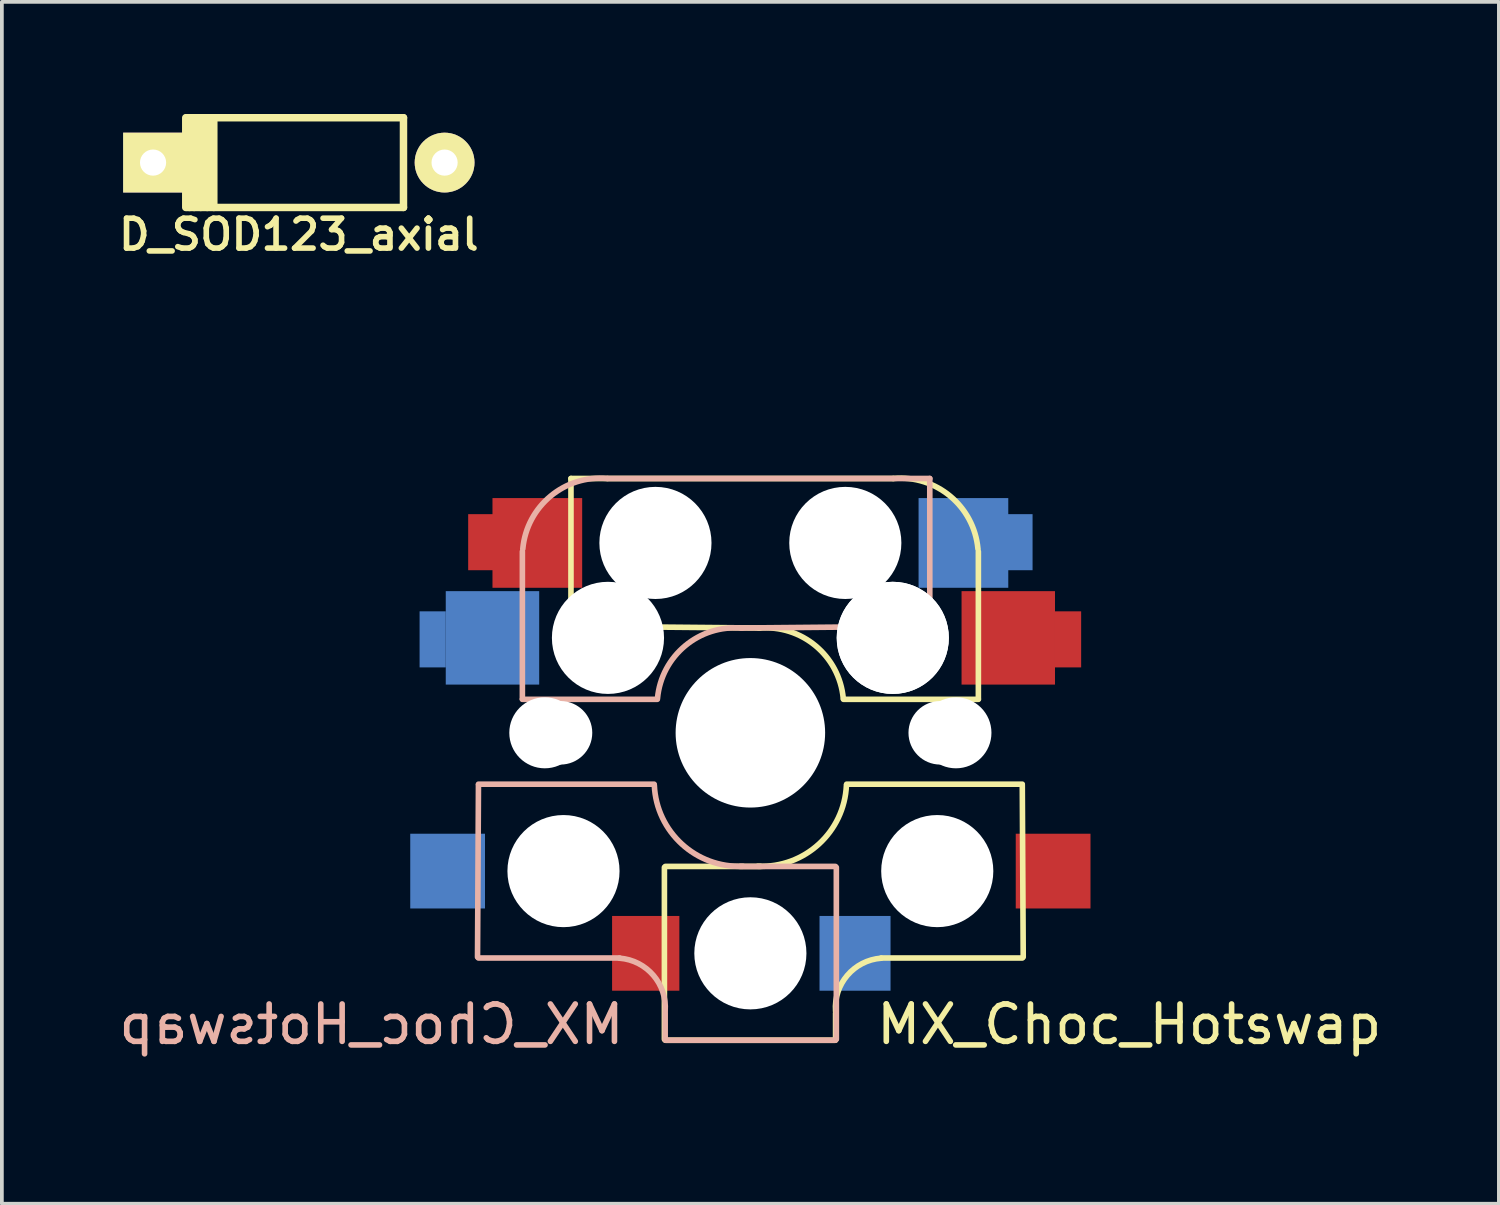
<source format=kicad_pcb>
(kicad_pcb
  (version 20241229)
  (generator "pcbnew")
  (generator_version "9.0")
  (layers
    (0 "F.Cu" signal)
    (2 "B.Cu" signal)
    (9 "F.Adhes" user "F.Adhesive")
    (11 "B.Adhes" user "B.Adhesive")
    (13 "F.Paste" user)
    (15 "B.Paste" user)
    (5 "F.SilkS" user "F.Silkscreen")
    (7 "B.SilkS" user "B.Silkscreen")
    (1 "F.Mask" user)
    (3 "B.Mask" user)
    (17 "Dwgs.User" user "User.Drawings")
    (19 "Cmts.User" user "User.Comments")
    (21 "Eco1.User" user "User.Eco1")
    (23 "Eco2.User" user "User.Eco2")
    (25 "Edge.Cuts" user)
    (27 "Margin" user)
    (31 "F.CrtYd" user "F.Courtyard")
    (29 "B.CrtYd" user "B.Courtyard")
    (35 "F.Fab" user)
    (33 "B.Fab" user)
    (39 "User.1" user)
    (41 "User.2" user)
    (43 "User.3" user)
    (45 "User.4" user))
  (footprint "D_SOD123_axial"
    (layer "F.Cu")
    (at 4.945 1.3)
    (property "Reference" "D_SOD123_axial" (at 0 1.925 0) (layer "F.SilkS") (effects (font (size 0.8 0.8) (thickness 0.15))))
    (attr smd)
    (fp_line (start -3.025 1.2) (end -3.025 -1.2) (stroke (width 0.2) (type solid)) (layer "F.SilkS"))
    (fp_line (start -3 -1.2) (end 2.8 -1.2) (stroke (width 0.2) (type solid)) (layer "F.SilkS"))
    (fp_line (start -2.925 -1.2) (end -2.925 1.2) (stroke (width 0.2) (type solid)) (layer "F.SilkS"))
    (fp_line (start -2.8 -1.2) (end -2.8 1.2) (stroke (width 0.2) (type solid)) (layer "F.SilkS"))
    (fp_line (start -2.625 -1.2) (end -2.625 1.2) (stroke (width 0.2) (type solid)) (layer "F.SilkS"))
    (fp_line (start -2.45 -1.2) (end -2.45 1.2) (stroke (width 0.2) (type solid)) (layer "F.SilkS"))
    (fp_line (start -2.275 -1.2) (end -2.275 1.2) (stroke (width 0.2) (type solid)) (layer "F.SilkS"))
    (fp_line (start 2.8 -1.2) (end 2.8 1.2) (stroke (width 0.2) (type solid)) (layer "F.SilkS"))
    (fp_line (start 2.8 1.2) (end -3 1.2) (stroke (width 0.2) (type solid)) (layer "F.SilkS"))
    (pad "1" thru_hole rect (at -3.9 0) (size 1.6 1.6) (drill 0.7) (layers "*.Cu" "*.Mask" "F.SilkS"))
    (pad "2" thru_hole circle (at 3.9 0) (size 1.6 1.6) (drill 0.7) (layers "*.Cu" "*.Mask" "F.SilkS")))
  (footprint "MX_Choc_Hotswap"
    (layer "F.Cu")
    (at 17.026 16.556)
    (property "Reference" "MX_Choc_Hotswap" (at 3.3 7.8 0) (layer "F.SilkS") (effects (font (size 1 1) (thickness 0.15)) (justify left)))
    (attr through_hole)
    (fp_line (start -4.8 -6.804) (end 3.825 -6.804) (stroke (width 0.15) (type solid)) (layer "F.SilkS"))
    (fp_line (start -4.8 -2.896) (end -4.8 -6.804) (stroke (width 0.15) (type solid)) (layer "F.SilkS"))
    (fp_line (start -4.8 -2.85) (end 0.25 -2.804) (stroke (width 0.15) (type solid)) (layer "F.SilkS"))
    (fp_line (start -2.3 3.6) (end -2.3 8.2) (stroke (width 0.15) (type solid)) (layer "F.SilkS"))
    (fp_line (start -2.275 3.575) (end 0.275 3.575) (stroke (width 0.15) (type solid)) (layer "F.SilkS"))
    (fp_line (start -2.275 8.225) (end 2.275 8.225) (stroke (width 0.15) (type solid)) (layer "F.SilkS"))
    (fp_line (start 2.28 7.5) (end 2.28 8.2) (stroke (width 0.15) (type solid)) (layer "F.SilkS"))
    (fp_line (start 2.575 1.375) (end 7.275 1.375) (stroke (width 0.15) (type solid)) (layer "F.SilkS"))
    (fp_line (start 3.5 6.025) (end 7.275 6.025) (stroke (width 0.15) (type solid)) (layer "F.SilkS"))
    (fp_line (start 6.1 -4.85) (end 6.1 -0.905) (stroke (width 0.15) (type solid)) (layer "F.SilkS"))
    (fp_line (start 6.1 -0.896) (end 2.49 -0.896) (stroke (width 0.15) (type solid)) (layer "F.SilkS"))
    (fp_line (start 7.275 1.4) (end 7.3 6) (stroke (width 0.15) (type solid)) (layer "F.SilkS"))
    (fp_arc (start 0.225 -2.8) (mid 1.744361 -2.328062) (end 2.485001 -0.920001) (stroke (width 0.15) (type solid)) (layer "F.SilkS"))
    (fp_arc (start 2.279999 7.449999) (mid 2.595908 6.487329) (end 3.5 6.03) (stroke (width 0.15) (type solid)) (layer "F.SilkS"))
    (fp_arc (start 2.57 1.4) (mid 1.834422 2.975843) (end 0.2 3.57) (stroke (width 0.15) (type solid)) (layer "F.SilkS"))
    (fp_arc (start 3.825 -6.804) (mid 5.347189 -6.33089) (end 6.089 -4.92) (stroke (width 0.15) (type solid)) (layer "F.SilkS"))
    (fp_line (start -7.275 1.4) (end -7.3 6) (stroke (width 0.15) (type solid)) (layer "B.SilkS"))
    (fp_line (start -6.1 -4.85) (end -6.1 -0.905) (stroke (width 0.15) (type solid)) (layer "B.SilkS"))
    (fp_line (start -6.1 -0.896) (end -2.49 -0.896) (stroke (width 0.15) (type solid)) (layer "B.SilkS"))
    (fp_line (start -3.5 6.025) (end -7.275 6.025) (stroke (width 0.15) (type solid)) (layer "B.SilkS"))
    (fp_line (start -2.575 1.375) (end -7.275 1.375) (stroke (width 0.15) (type solid)) (layer "B.SilkS"))
    (fp_line (start -2.28 7.5) (end -2.28 8.2) (stroke (width 0.15) (type solid)) (layer "B.SilkS"))
    (fp_line (start 2.275 3.575) (end -0.275 3.575) (stroke (width 0.15) (type solid)) (layer "B.SilkS"))
    (fp_line (start 2.275 8.225) (end -2.275 8.225) (stroke (width 0.15) (type solid)) (layer "B.SilkS"))
    (fp_line (start 2.3 3.6) (end 2.3 8.2) (stroke (width 0.15) (type solid)) (layer "B.SilkS"))
    (fp_line (start 4.8 -6.804) (end -3.825 -6.804) (stroke (width 0.15) (type solid)) (layer "B.SilkS"))
    (fp_line (start 4.8 -2.896) (end 4.8 -6.804) (stroke (width 0.15) (type solid)) (layer "B.SilkS"))
    (fp_line (start 4.8 -2.85) (end -0.25 -2.804) (stroke (width 0.15) (type solid)) (layer "B.SilkS"))
    (fp_arc (start -6.089 -4.92) (mid -5.347189 -6.33089) (end -3.825 -6.804) (stroke (width 0.15) (type solid)) (layer "B.SilkS"))
    (fp_arc (start -3.5 6.03) (mid -2.595908 6.48733) (end -2.28 7.45) (stroke (width 0.15) (type solid)) (layer "B.SilkS"))
    (fp_arc (start -2.484999 -0.920001) (mid -1.74436 -2.328062) (end -0.225 -2.8) (stroke (width 0.15) (type solid)) (layer "B.SilkS"))
    (fp_arc (start -0.2 3.57) (mid -1.834422 2.975843) (end -2.57 1.4) (stroke (width 0.15) (type solid)) (layer "B.SilkS"))
    (fp_line (start -9.525 -9.525) (end 9.525 -9.525) (stroke (width 0.15) (type solid)) (layer "Eco2.User"))
    (fp_line (start -9.525 9.525) (end -9.525 -9.525) (stroke (width 0.15) (type solid)) (layer "Eco2.User"))
    (fp_line (start -7.8 -7.8) (end 7.8 -7.8) (stroke (width 0.15) (type solid)) (layer "Eco2.User"))
    (fp_line (start -7.8 7.8) (end -7.8 -7.8) (stroke (width 0.15) (type solid)) (layer "Eco2.User"))
    (fp_line (start 7.8 -7.8) (end 7.8 7.8) (stroke (width 0.15) (type solid)) (layer "Eco2.User"))
    (fp_line (start 7.8 7.8) (end -7.8 7.8) (stroke (width 0.15) (type solid)) (layer "Eco2.User"))
    (fp_line (start 9.525 -9.525) (end 9.525 9.525) (stroke (width 0.15) (type solid)) (layer "Eco2.User"))
    (fp_line (start 9.525 9.525) (end -9.525 9.525) (stroke (width 0.15) (type solid)) (layer "Eco2.User"))
    (fp_text user "${REFERENCE}" (at -3.3 7.8 0) (layer "B.SilkS") (effects (font (size 1 1) (thickness 0.15)) (justify left mirror)))
    (pad "" np_thru_hole circle (at -5.5 0 90) (size 1.9 1.9) (drill 1.9) (layers "*.Cu" "*.Mask"))
    (pad "" np_thru_hole circle (at -5.08 0) (size 1.7 1.7) (drill 1.7) (layers "*.Cu" "*.Mask"))
    (pad "" np_thru_hole circle (at -5 3.7 90) (size 3 3) (drill 3) (layers "*.Cu" "*.Mask"))
    (pad "" np_thru_hole circle (at -3.825 -2.58 180) (size 0.1 0.1) (drill 0.1) (layers "*.Cu" "*.Mask"))
    (pad "" np_thru_hole circle (at -3.81 -2.54 180) (size 3 3) (drill 3) (layers "*.Cu" "*.Mask"))
    (pad "" np_thru_hole circle (at -2.54 -5.08 180) (size 3 3) (drill 3) (layers "*.Cu" "*.Mask"))
    (pad "" np_thru_hole circle (at 0 0 90) (size 4 4) (drill 4) (layers "*.Cu" "*.Mask"))
    (pad "" np_thru_hole circle (at 0 5.9 90) (size 3 3) (drill 3) (layers "*.Cu" "*.Mask"))
    (pad "" np_thru_hole circle (at 2.54 -5.08 180) (size 3 3) (drill 3) (layers "*.Cu" "*.Mask"))
    (pad "" np_thru_hole circle (at 3.81 -2.54 180) (size 3 3) (drill 3) (layers "*.Cu" "*.Mask"))
    (pad "" np_thru_hole circle (at 3.81 -2.54 180) (size 3 3) (drill 3) (layers "*.Cu" "*.Mask"))
    (pad "" np_thru_hole circle (at 3.825 -2.58 180) (size 0.1 0.1) (drill 0.1) (layers "*.Cu" "*.Mask"))
    (pad "" np_thru_hole circle (at 5 3.7 270) (size 3 3) (drill 3) (layers "*.Cu" "*.Mask"))
    (pad "" np_thru_hole circle (at 5.08 0) (size 1.7 1.7) (drill 1.7) (layers "*.Cu" "*.Mask"))
    (pad "" np_thru_hole circle (at 5.5 0 90) (size 1.9 1.9) (drill 1.9) (layers "*.Cu" "*.Mask"))
    (pad "1" smd rect (at -8.5 -2.5) (size 0.7 1.5) (layers "B.Cu" "B.Mask" "B.Paste"))
    (pad "1" smd rect (at -8.1 3.7 180) (size 2 2) (layers "B.Cu" "B.Mask" "B.Paste"))
    (pad "1" smd rect (at -7.2 -5.1) (size 0.7 1.5) (layers "F.Cu" "F.Mask" "F.Paste"))
    (pad "1" smd rect (at -6.9 -2.54 180) (size 2.5 2.5) (layers "B.Cu" "B.Mask" "B.Paste"))
    (pad "1" smd rect (at -5.7 -5.08 180) (size 2.4 2.4) (layers "F.Cu" "F.Mask" "F.Paste"))
    (pad "1" smd rect (at 8.1 3.7 180) (size 2 2) (layers "F.Cu" "F.Mask" "F.Paste"))
    (pad "2" smd rect (at -2.8 5.9 180) (size 1.8 2) (layers "F.Cu" "F.Mask" "F.Paste"))
    (pad "2" smd rect (at 2.8 5.9 180) (size 1.9 2) (layers "B.Cu" "B.Mask" "B.Paste"))
    (pad "2" smd rect (at 5.7 -5.08 180) (size 2.4 2.4) (layers "B.Cu" "B.Mask" "B.Paste"))
    (pad "2" smd rect (at 6.9 -2.54 180) (size 2.5 2.5) (layers "F.Cu" "F.Mask" "F.Paste"))
    (pad "2" smd rect (at 7.2 -5.1) (size 0.7 1.5) (layers "B.Cu" "B.Mask" "B.Paste"))
    (pad "2" smd rect (at 8.5 -2.5) (size 0.7 1.5) (layers "F.Cu" "F.Mask" "F.Paste")))
  (gr_rect
    (start -3 -3)
    (end 37.052 29.156)
    (stroke (width 0.1) (type default))
    (fill no)
    (layer "Edge.Cuts")))
</source>
